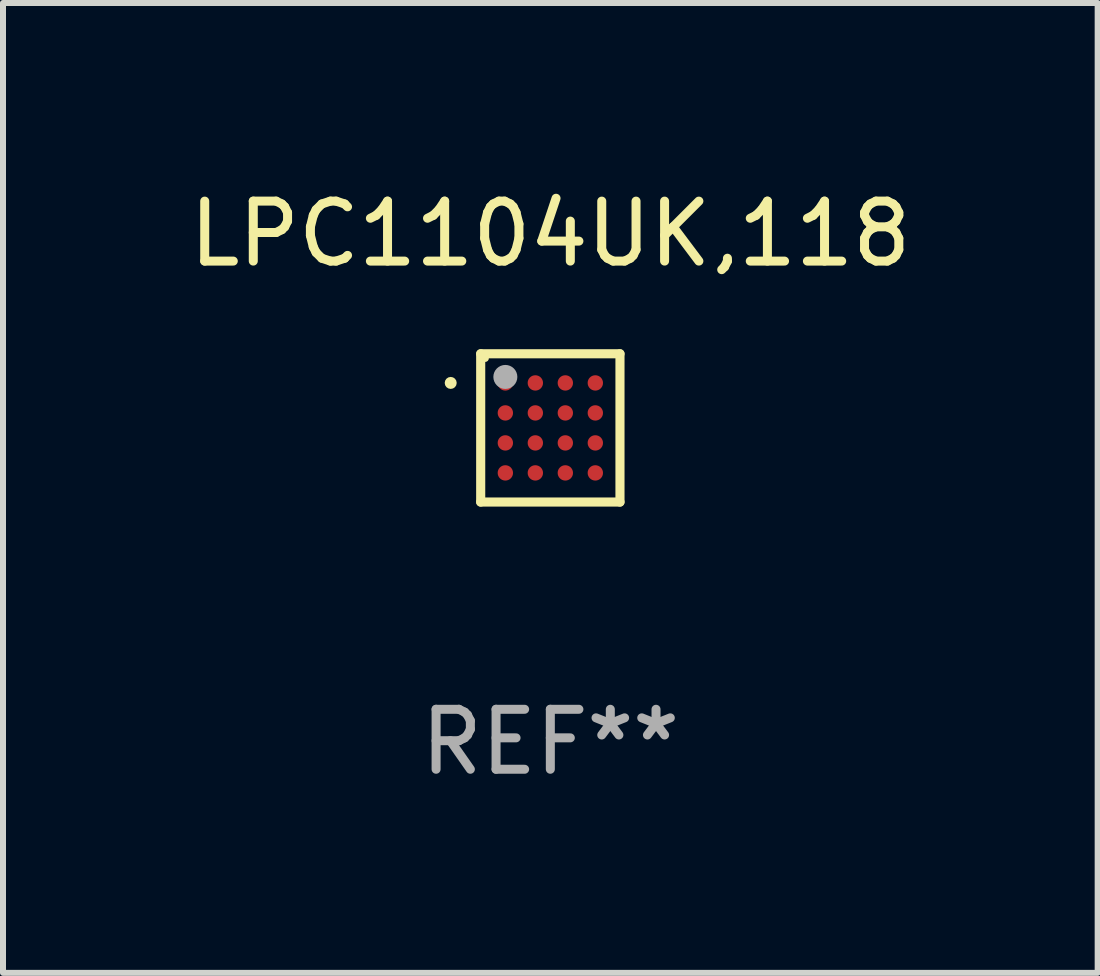
<source format=kicad_pcb>
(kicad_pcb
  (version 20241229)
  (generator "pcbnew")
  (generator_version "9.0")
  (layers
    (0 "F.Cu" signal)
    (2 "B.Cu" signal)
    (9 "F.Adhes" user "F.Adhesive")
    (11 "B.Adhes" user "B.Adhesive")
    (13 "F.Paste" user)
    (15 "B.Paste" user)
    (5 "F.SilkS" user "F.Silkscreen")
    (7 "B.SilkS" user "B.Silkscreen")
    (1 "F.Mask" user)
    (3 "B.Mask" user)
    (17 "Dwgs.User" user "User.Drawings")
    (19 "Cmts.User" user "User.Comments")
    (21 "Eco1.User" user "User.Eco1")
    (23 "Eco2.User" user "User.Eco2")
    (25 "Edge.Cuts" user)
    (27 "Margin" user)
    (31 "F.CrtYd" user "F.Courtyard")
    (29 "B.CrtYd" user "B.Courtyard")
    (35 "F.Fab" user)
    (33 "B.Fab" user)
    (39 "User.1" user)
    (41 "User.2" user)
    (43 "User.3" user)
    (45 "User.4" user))
  (footprint "LPC1104UK,118"
    (layer "F.Cu")
    (at 6.125 4.084)
    (property "Reference" "LPC1104UK,118" (at 0 -3.236 0) (layer "F.SilkS") (effects (font (size 1 1) (thickness 0.15))))
    (attr through_hole)
    (fp_line (start -1.161 -1.236) (end 1.161 -1.236) (stroke (width 0.152) (type solid)) (layer "F.SilkS"))
    (fp_line (start -1.161 1.236) (end -1.161 -1.236) (stroke (width 0.152) (type solid)) (layer "F.SilkS"))
    (fp_line (start 1.161 -1.236) (end 1.161 1.236) (stroke (width 0.152) (type solid)) (layer "F.SilkS"))
    (fp_line (start 1.161 1.236) (end -1.161 1.236) (stroke (width 0.152) (type solid)) (layer "F.SilkS"))
    (fp_circle (center -1.661 -0.75) (end -1.611 -0.75) (stroke (width 0.1) (type solid)) (fill no) (layer "F.SilkS"))
    (fp_circle (center -1.085 -1.16) (end -1.055 -1.16) (stroke (width 0.06) (type solid)) (fill no) (layer "F.SilkS"))
    (fp_circle (center -0.75 -0.85) (end -0.65 -0.85) (stroke (width 0.2) (type solid)) (fill no) (layer "F.Fab"))
    (fp_text user "REF**" (at 0 5.236 0) (layer "F.Fab") (effects (font (size 1 1) (thickness 0.15))))
    (pad "A1" smd circle (at -0.75 -0.75) (size 0.256 0.256) (layers "F.Cu" "F.Mask" "F.Paste"))
    (pad "A2" smd circle (at -0.25 -0.75) (size 0.256 0.256) (layers "F.Cu" "F.Mask" "F.Paste"))
    (pad "A3" smd circle (at 0.25 -0.75) (size 0.256 0.256) (layers "F.Cu" "F.Mask" "F.Paste"))
    (pad "A4" smd circle (at 0.75 -0.75) (size 0.256 0.256) (layers "F.Cu" "F.Mask" "F.Paste"))
    (pad "B1" smd circle (at -0.75 -0.25) (size 0.256 0.256) (layers "F.Cu" "F.Mask" "F.Paste"))
    (pad "B2" smd circle (at -0.25 -0.25) (size 0.256 0.256) (layers "F.Cu" "F.Mask" "F.Paste"))
    (pad "B3" smd circle (at 0.25 -0.25) (size 0.256 0.256) (layers "F.Cu" "F.Mask" "F.Paste"))
    (pad "B4" smd circle (at 0.75 -0.25) (size 0.256 0.256) (layers "F.Cu" "F.Mask" "F.Paste"))
    (pad "C1" smd circle (at -0.75 0.25) (size 0.256 0.256) (layers "F.Cu" "F.Mask" "F.Paste"))
    (pad "C2" smd circle (at -0.25 0.25) (size 0.256 0.256) (layers "F.Cu" "F.Mask" "F.Paste"))
    (pad "C3" smd circle (at 0.25 0.25) (size 0.256 0.256) (layers "F.Cu" "F.Mask" "F.Paste"))
    (pad "C4" smd circle (at 0.75 0.25) (size 0.256 0.256) (layers "F.Cu" "F.Mask" "F.Paste"))
    (pad "D1" smd circle (at -0.75 0.75) (size 0.256 0.256) (layers "F.Cu" "F.Mask" "F.Paste"))
    (pad "D2" smd circle (at -0.25 0.75) (size 0.256 0.256) (layers "F.Cu" "F.Mask" "F.Paste"))
    (pad "D3" smd circle (at 0.25 0.75) (size 0.256 0.256) (layers "F.Cu" "F.Mask" "F.Paste"))
    (pad "D4" smd circle (at 0.75 0.75) (size 0.256 0.256) (layers "F.Cu" "F.Mask" "F.Paste")))
  (gr_rect
    (start -3 -3)
    (end 15.25 13.169)
    (stroke (width 0.1) (type default))
    (fill no)
    (layer "Edge.Cuts")))
</source>
